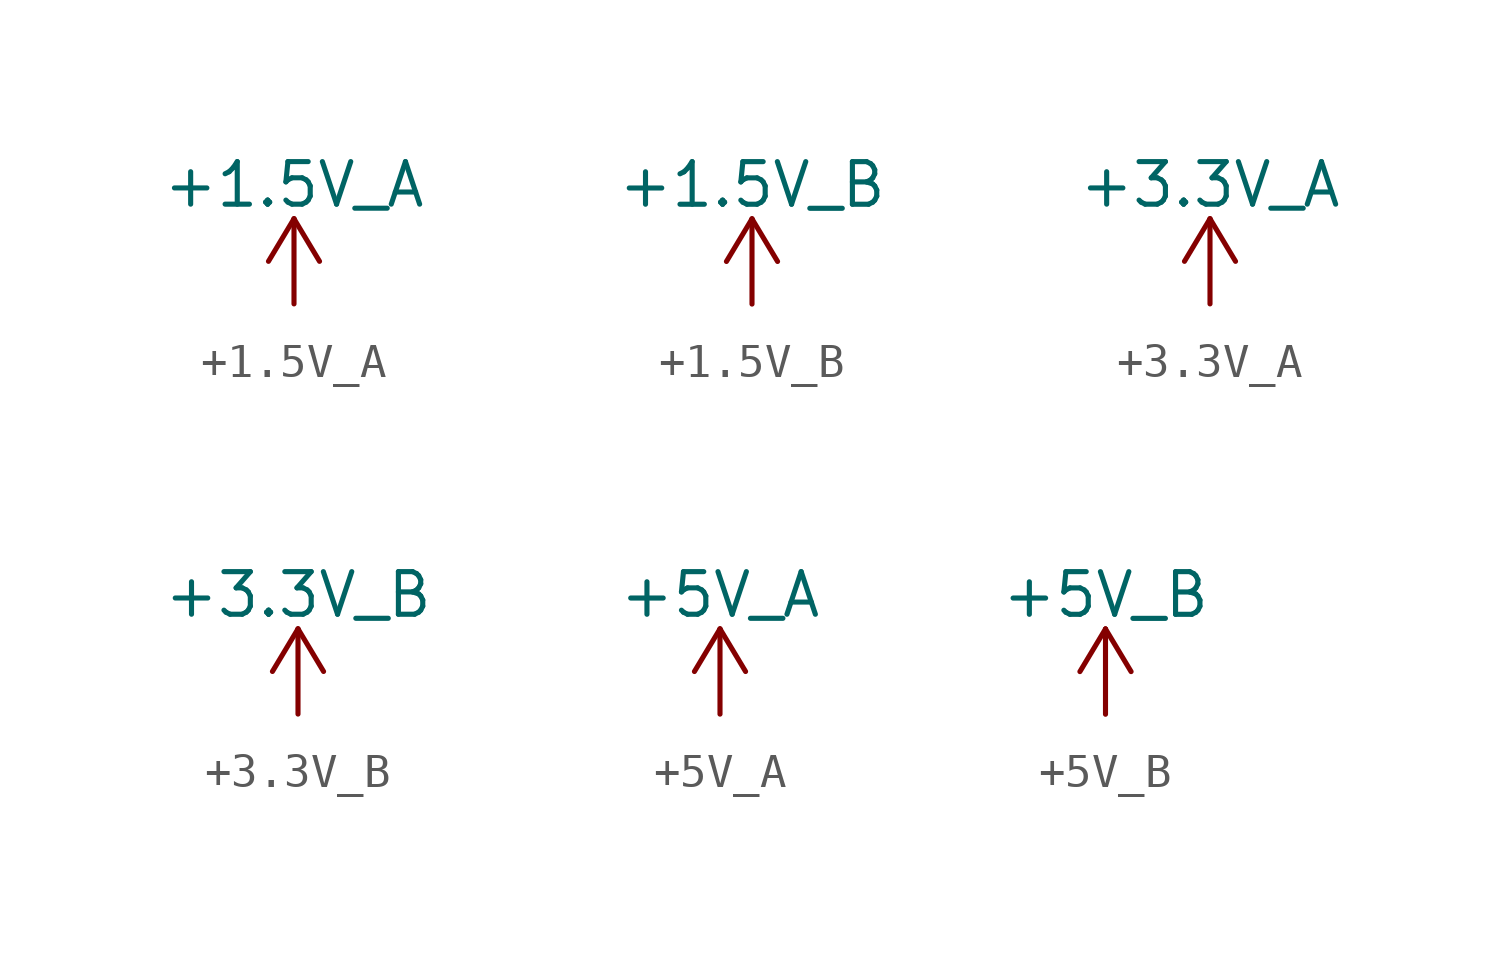
<source format=kicad_sym>
(kicad_symbol_lib
  (version 20220914)
  (generator kicad_symbol_editor)
  (symbol "+1.5V_A"
    (power)
    (pin_names
      (offset 0))
    (property "Reference" "#PWR"
      (at 0 -3.81 0)
      (effects (font (size 1.27 1.27)) hide))
    (property "Value" "+1.5V_A"
      (at 0 3.556 0)
      (effects (font (size 1.27 1.27))))
    (symbol "+1.5V_A_0_1"
      (polyline (pts (xy -0.762 1.27) (xy 0 2.54)) (stroke (width 0) (type default)) (fill (type none)))
      (polyline (pts (xy 0 0) (xy 0 2.54)) (stroke (width 0) (type default)) (fill (type none)))
      (polyline (pts (xy 0 2.54) (xy 0.762 1.27)) (stroke (width 0) (type default)) (fill (type none))))
    (symbol "+1.5V_A_1_1"
      (pin power_in line (at 0 0 90) (length 0) hide (name "+1.5V_A" (effects (font (size 1.27 1.27)))) (number "1" (effects (font (size 1.27 1.27)))))))
  (symbol "+1.5V_B"
    (power)
    (pin_names
      (offset 0))
    (property "Reference" "#PWR"
      (at 0 -3.81 0)
      (effects (font (size 1.27 1.27)) hide))
    (property "Value" "+1.5V_B"
      (at 0 3.556 0)
      (effects (font (size 1.27 1.27))))
    (symbol "+1.5V_B_0_1"
      (polyline (pts (xy -0.762 1.27) (xy 0 2.54)) (stroke (width 0) (type default)) (fill (type none)))
      (polyline (pts (xy 0 0) (xy 0 2.54)) (stroke (width 0) (type default)) (fill (type none)))
      (polyline (pts (xy 0 2.54) (xy 0.762 1.27)) (stroke (width 0) (type default)) (fill (type none))))
    (symbol "+1.5V_B_1_1"
      (pin power_in line (at 0 0 90) (length 0) hide (name "+1.5V_B" (effects (font (size 1.27 1.27)))) (number "1" (effects (font (size 1.27 1.27)))))))
  (symbol "+3.3V_A"
    (power)
    (pin_names
      (offset 0))
    (property "Reference" "#PWR"
      (at 0 -3.81 0)
      (effects (font (size 1.27 1.27)) hide))
    (property "Value" "+3.3V_A"
      (at 0 3.556 0)
      (effects (font (size 1.27 1.27))))
    (symbol "+3.3V_A_0_1"
      (polyline (pts (xy -0.762 1.27) (xy 0 2.54)) (stroke (width 0) (type default)) (fill (type none)))
      (polyline (pts (xy 0 0) (xy 0 2.54)) (stroke (width 0) (type default)) (fill (type none)))
      (polyline (pts (xy 0 2.54) (xy 0.762 1.27)) (stroke (width 0) (type default)) (fill (type none))))
    (symbol "+3.3V_A_1_1"
      (pin power_in line (at 0 0 90) (length 0) hide (name "+3.3V_A" (effects (font (size 1.27 1.27)))) (number "1" (effects (font (size 1.27 1.27)))))))
  (symbol "+3.3V_B"
    (power)
    (pin_names
      (offset 0))
    (property "Reference" "#PWR"
      (at 0 -3.81 0)
      (effects (font (size 1.27 1.27)) hide))
    (property "Value" "+3.3V_B"
      (at 0 3.556 0)
      (effects (font (size 1.27 1.27))))
    (symbol "+3.3V_B_0_1"
      (polyline (pts (xy -0.762 1.27) (xy 0 2.54)) (stroke (width 0) (type default)) (fill (type none)))
      (polyline (pts (xy 0 0) (xy 0 2.54)) (stroke (width 0) (type default)) (fill (type none)))
      (polyline (pts (xy 0 2.54) (xy 0.762 1.27)) (stroke (width 0) (type default)) (fill (type none))))
    (symbol "+3.3V_B_1_1"
      (pin power_in line (at 0 0 90) (length 0) hide (name "+3.3V_B" (effects (font (size 1.27 1.27)))) (number "1" (effects (font (size 1.27 1.27)))))))
  (symbol "+5V_A"
    (power)
    (pin_names
      (offset 0))
    (property "Reference" "#PWR"
      (at 0 -3.81 0)
      (effects (font (size 1.27 1.27)) hide))
    (property "Value" "+5V_A"
      (at 0 3.556 0)
      (effects (font (size 1.27 1.27))))
    (symbol "+5V_A_0_1"
      (polyline (pts (xy -0.762 1.27) (xy 0 2.54)) (stroke (width 0) (type default)) (fill (type none)))
      (polyline (pts (xy 0 0) (xy 0 2.54)) (stroke (width 0) (type default)) (fill (type none)))
      (polyline (pts (xy 0 2.54) (xy 0.762 1.27)) (stroke (width 0) (type default)) (fill (type none))))
    (symbol "+5V_A_1_1"
      (pin power_in line (at 0 0 90) (length 0) hide (name "+5V_A" (effects (font (size 1.27 1.27)))) (number "1" (effects (font (size 1.27 1.27)))))))
  (symbol "+5V_B"
    (power)
    (pin_names
      (offset 0))
    (property "Reference" "#PWR"
      (at 0 -3.81 0)
      (effects (font (size 1.27 1.27)) hide))
    (property "Value" "+5V_B"
      (at 0 3.556 0)
      (effects (font (size 1.27 1.27))))
    (symbol "+5V_B_0_1"
      (polyline (pts (xy -0.762 1.27) (xy 0 2.54)) (stroke (width 0) (type default)) (fill (type none)))
      (polyline (pts (xy 0 0) (xy 0 2.54)) (stroke (width 0) (type default)) (fill (type none)))
      (polyline (pts (xy 0 2.54) (xy 0.762 1.27)) (stroke (width 0) (type default)) (fill (type none))))
    (symbol "+5V_B_1_1"
      (pin power_in line (at 0 0 90) (length 0) hide (name "+5V_B" (effects (font (size 1.27 1.27)))) (number "1" (effects (font (size 1.27 1.27))))))))
</source>
